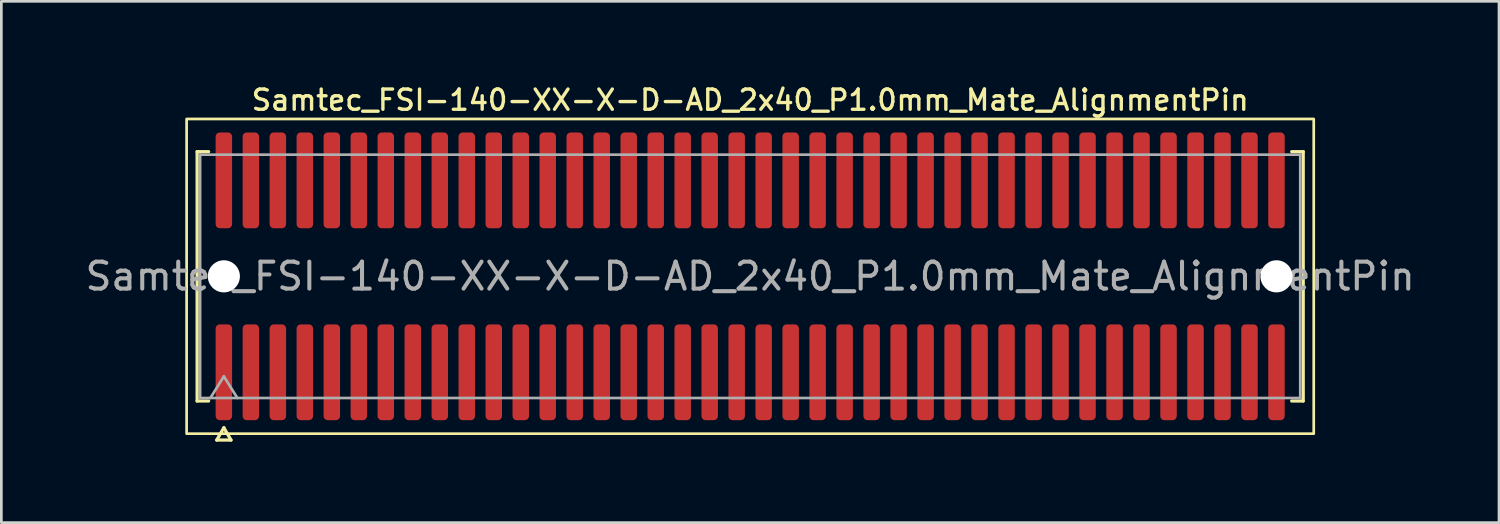
<source format=kicad_pcb>
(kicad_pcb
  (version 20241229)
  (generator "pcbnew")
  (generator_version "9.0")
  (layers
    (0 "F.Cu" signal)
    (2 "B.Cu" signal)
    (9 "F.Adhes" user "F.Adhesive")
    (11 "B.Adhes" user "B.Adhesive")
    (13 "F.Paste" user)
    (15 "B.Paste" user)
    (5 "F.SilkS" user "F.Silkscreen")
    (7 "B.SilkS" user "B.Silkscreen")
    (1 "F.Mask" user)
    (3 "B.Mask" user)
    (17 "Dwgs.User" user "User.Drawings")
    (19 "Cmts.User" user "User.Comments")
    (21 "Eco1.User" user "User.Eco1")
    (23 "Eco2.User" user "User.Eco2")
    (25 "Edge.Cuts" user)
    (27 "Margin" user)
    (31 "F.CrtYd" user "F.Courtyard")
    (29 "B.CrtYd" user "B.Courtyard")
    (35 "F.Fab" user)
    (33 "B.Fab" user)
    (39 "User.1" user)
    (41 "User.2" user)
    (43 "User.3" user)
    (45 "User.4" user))
  (footprint "Samtec_FSI-140-XX-X-D-AD_2x40_P1.0mm_Mate_AlignmentPin"
    (layer "F.Cu")
    (at 24.744 7.188)
    (property "Reference" "Samtec_FSI-140-XX-X-D-AD_2x40_P1.0mm_Mate_AlignmentPin" (at 0 -6.53 0) (layer "F.SilkS") (effects (font (size 0.75 0.75) (thickness 0.125))))
    (attr exclude_from_pos_files exclude_from_bom)
    (fp_line (start -20.49 -4.619) (end -20.065 -4.619) (stroke (width 0.12) (type solid)) (layer "F.SilkS"))
    (fp_line (start -20.49 4.619) (end -20.49 -4.619) (stroke (width 0.12) (type solid)) (layer "F.SilkS"))
    (fp_line (start -20.065 4.619) (end -20.49 4.619) (stroke (width 0.12) (type solid)) (layer "F.SilkS"))
    (fp_line (start -19.764 6.066) (end -19.5 5.609) (stroke (width 0.12) (type solid)) (layer "F.SilkS"))
    (fp_line (start -19.5 5.609) (end -19.236 6.066) (stroke (width 0.12) (type solid)) (layer "F.SilkS"))
    (fp_line (start -19.236 6.066) (end -19.764 6.066) (stroke (width 0.12) (type solid)) (layer "F.SilkS"))
    (fp_line (start 20.065 -4.619) (end 20.49 -4.619) (stroke (width 0.12) (type solid)) (layer "F.SilkS"))
    (fp_line (start 20.49 -4.619) (end 20.49 4.619) (stroke (width 0.12) (type solid)) (layer "F.SilkS"))
    (fp_line (start 20.49 4.619) (end 20.065 4.619) (stroke (width 0.12) (type solid)) (layer "F.SilkS"))
    (fp_rect (start -20.88 -5.83) (end 20.88 5.83) (stroke (width 0.1) (type solid)) (fill no) (layer "F.SilkS"))
    (fp_line (start -20.38 -4.508) (end 20.38 -4.508) (stroke (width 0.1) (type solid)) (layer "F.Fab"))
    (fp_line (start -20.38 4.508) (end -20.38 -4.508) (stroke (width 0.1) (type solid)) (layer "F.Fab"))
    (fp_line (start -20 4.508) (end -19.5 3.708) (stroke (width 0.1) (type solid)) (layer "F.Fab"))
    (fp_line (start -19.5 3.708) (end -19 4.508) (stroke (width 0.1) (type solid)) (layer "F.Fab"))
    (fp_line (start 20.38 -4.508) (end 20.38 4.508) (stroke (width 0.1) (type solid)) (layer "F.Fab"))
    (fp_line (start 20.38 4.508) (end -20.38 4.508) (stroke (width 0.1) (type solid)) (layer "F.Fab"))
    (fp_text user "${REFERENCE}" (at 0 0 0) (layer "F.Fab") (effects (font (size 1 1) (thickness 0.15))))
    (pad "" np_thru_hole circle (at -19.5 0) (size 1.19 1.19) (drill 1.19) (layers "*.Cu" "*.Mask"))
    (pad "" np_thru_hole circle (at 19.5 0) (size 1.19 1.19) (drill 1.19) (layers "*.Cu" "*.Mask"))
    (pad "1" smd roundrect (at -19.5 3.555) (size 0.61 3.55) (layers "F.Cu" "F.Mask") (roundrect_rratio 0.25))
    (pad "2" smd roundrect (at -19.5 -3.555) (size 0.61 3.55) (layers "F.Cu" "F.Mask") (roundrect_rratio 0.25))
    (pad "3" smd roundrect (at -18.5 3.555) (size 0.61 3.55) (layers "F.Cu" "F.Mask") (roundrect_rratio 0.25))
    (pad "4" smd roundrect (at -18.5 -3.555) (size 0.61 3.55) (layers "F.Cu" "F.Mask") (roundrect_rratio 0.25))
    (pad "5" smd roundrect (at -17.5 3.555) (size 0.61 3.55) (layers "F.Cu" "F.Mask") (roundrect_rratio 0.25))
    (pad "6" smd roundrect (at -17.5 -3.555) (size 0.61 3.55) (layers "F.Cu" "F.Mask") (roundrect_rratio 0.25))
    (pad "7" smd roundrect (at -16.5 3.555) (size 0.61 3.55) (layers "F.Cu" "F.Mask") (roundrect_rratio 0.25))
    (pad "8" smd roundrect (at -16.5 -3.555) (size 0.61 3.55) (layers "F.Cu" "F.Mask") (roundrect_rratio 0.25))
    (pad "9" smd roundrect (at -15.5 3.555) (size 0.61 3.55) (layers "F.Cu" "F.Mask") (roundrect_rratio 0.25))
    (pad "10" smd roundrect (at -15.5 -3.555) (size 0.61 3.55) (layers "F.Cu" "F.Mask") (roundrect_rratio 0.25))
    (pad "11" smd roundrect (at -14.5 3.555) (size 0.61 3.55) (layers "F.Cu" "F.Mask") (roundrect_rratio 0.25))
    (pad "12" smd roundrect (at -14.5 -3.555) (size 0.61 3.55) (layers "F.Cu" "F.Mask") (roundrect_rratio 0.25))
    (pad "13" smd roundrect (at -13.5 3.555) (size 0.61 3.55) (layers "F.Cu" "F.Mask") (roundrect_rratio 0.25))
    (pad "14" smd roundrect (at -13.5 -3.555) (size 0.61 3.55) (layers "F.Cu" "F.Mask") (roundrect_rratio 0.25))
    (pad "15" smd roundrect (at -12.5 3.555) (size 0.61 3.55) (layers "F.Cu" "F.Mask") (roundrect_rratio 0.25))
    (pad "16" smd roundrect (at -12.5 -3.555) (size 0.61 3.55) (layers "F.Cu" "F.Mask") (roundrect_rratio 0.25))
    (pad "17" smd roundrect (at -11.5 3.555) (size 0.61 3.55) (layers "F.Cu" "F.Mask") (roundrect_rratio 0.25))
    (pad "18" smd roundrect (at -11.5 -3.555) (size 0.61 3.55) (layers "F.Cu" "F.Mask") (roundrect_rratio 0.25))
    (pad "19" smd roundrect (at -10.5 3.555) (size 0.61 3.55) (layers "F.Cu" "F.Mask") (roundrect_rratio 0.25))
    (pad "20" smd roundrect (at -10.5 -3.555) (size 0.61 3.55) (layers "F.Cu" "F.Mask") (roundrect_rratio 0.25))
    (pad "21" smd roundrect (at -9.5 3.555) (size 0.61 3.55) (layers "F.Cu" "F.Mask") (roundrect_rratio 0.25))
    (pad "22" smd roundrect (at -9.5 -3.555) (size 0.61 3.55) (layers "F.Cu" "F.Mask") (roundrect_rratio 0.25))
    (pad "23" smd roundrect (at -8.5 3.555) (size 0.61 3.55) (layers "F.Cu" "F.Mask") (roundrect_rratio 0.25))
    (pad "24" smd roundrect (at -8.5 -3.555) (size 0.61 3.55) (layers "F.Cu" "F.Mask") (roundrect_rratio 0.25))
    (pad "25" smd roundrect (at -7.5 3.555) (size 0.61 3.55) (layers "F.Cu" "F.Mask") (roundrect_rratio 0.25))
    (pad "26" smd roundrect (at -7.5 -3.555) (size 0.61 3.55) (layers "F.Cu" "F.Mask") (roundrect_rratio 0.25))
    (pad "27" smd roundrect (at -6.5 3.555) (size 0.61 3.55) (layers "F.Cu" "F.Mask") (roundrect_rratio 0.25))
    (pad "28" smd roundrect (at -6.5 -3.555) (size 0.61 3.55) (layers "F.Cu" "F.Mask") (roundrect_rratio 0.25))
    (pad "29" smd roundrect (at -5.5 3.555) (size 0.61 3.55) (layers "F.Cu" "F.Mask") (roundrect_rratio 0.25))
    (pad "30" smd roundrect (at -5.5 -3.555) (size 0.61 3.55) (layers "F.Cu" "F.Mask") (roundrect_rratio 0.25))
    (pad "31" smd roundrect (at -4.5 3.555) (size 0.61 3.55) (layers "F.Cu" "F.Mask") (roundrect_rratio 0.25))
    (pad "32" smd roundrect (at -4.5 -3.555) (size 0.61 3.55) (layers "F.Cu" "F.Mask") (roundrect_rratio 0.25))
    (pad "33" smd roundrect (at -3.5 3.555) (size 0.61 3.55) (layers "F.Cu" "F.Mask") (roundrect_rratio 0.25))
    (pad "34" smd roundrect (at -3.5 -3.555) (size 0.61 3.55) (layers "F.Cu" "F.Mask") (roundrect_rratio 0.25))
    (pad "35" smd roundrect (at -2.5 3.555) (size 0.61 3.55) (layers "F.Cu" "F.Mask") (roundrect_rratio 0.25))
    (pad "36" smd roundrect (at -2.5 -3.555) (size 0.61 3.55) (layers "F.Cu" "F.Mask") (roundrect_rratio 0.25))
    (pad "37" smd roundrect (at -1.5 3.555) (size 0.61 3.55) (layers "F.Cu" "F.Mask") (roundrect_rratio 0.25))
    (pad "38" smd roundrect (at -1.5 -3.555) (size 0.61 3.55) (layers "F.Cu" "F.Mask") (roundrect_rratio 0.25))
    (pad "39" smd roundrect (at -0.5 3.555) (size 0.61 3.55) (layers "F.Cu" "F.Mask") (roundrect_rratio 0.25))
    (pad "40" smd roundrect (at -0.5 -3.555) (size 0.61 3.55) (layers "F.Cu" "F.Mask") (roundrect_rratio 0.25))
    (pad "41" smd roundrect (at 0.5 3.555) (size 0.61 3.55) (layers "F.Cu" "F.Mask") (roundrect_rratio 0.25))
    (pad "42" smd roundrect (at 0.5 -3.555) (size 0.61 3.55) (layers "F.Cu" "F.Mask") (roundrect_rratio 0.25))
    (pad "43" smd roundrect (at 1.5 3.555) (size 0.61 3.55) (layers "F.Cu" "F.Mask") (roundrect_rratio 0.25))
    (pad "44" smd roundrect (at 1.5 -3.555) (size 0.61 3.55) (layers "F.Cu" "F.Mask") (roundrect_rratio 0.25))
    (pad "45" smd roundrect (at 2.5 3.555) (size 0.61 3.55) (layers "F.Cu" "F.Mask") (roundrect_rratio 0.25))
    (pad "46" smd roundrect (at 2.5 -3.555) (size 0.61 3.55) (layers "F.Cu" "F.Mask") (roundrect_rratio 0.25))
    (pad "47" smd roundrect (at 3.5 3.555) (size 0.61 3.55) (layers "F.Cu" "F.Mask") (roundrect_rratio 0.25))
    (pad "48" smd roundrect (at 3.5 -3.555) (size 0.61 3.55) (layers "F.Cu" "F.Mask") (roundrect_rratio 0.25))
    (pad "49" smd roundrect (at 4.5 3.555) (size 0.61 3.55) (layers "F.Cu" "F.Mask") (roundrect_rratio 0.25))
    (pad "50" smd roundrect (at 4.5 -3.555) (size 0.61 3.55) (layers "F.Cu" "F.Mask") (roundrect_rratio 0.25))
    (pad "51" smd roundrect (at 5.5 3.555) (size 0.61 3.55) (layers "F.Cu" "F.Mask") (roundrect_rratio 0.25))
    (pad "52" smd roundrect (at 5.5 -3.555) (size 0.61 3.55) (layers "F.Cu" "F.Mask") (roundrect_rratio 0.25))
    (pad "53" smd roundrect (at 6.5 3.555) (size 0.61 3.55) (layers "F.Cu" "F.Mask") (roundrect_rratio 0.25))
    (pad "54" smd roundrect (at 6.5 -3.555) (size 0.61 3.55) (layers "F.Cu" "F.Mask") (roundrect_rratio 0.25))
    (pad "55" smd roundrect (at 7.5 3.555) (size 0.61 3.55) (layers "F.Cu" "F.Mask") (roundrect_rratio 0.25))
    (pad "56" smd roundrect (at 7.5 -3.555) (size 0.61 3.55) (layers "F.Cu" "F.Mask") (roundrect_rratio 0.25))
    (pad "57" smd roundrect (at 8.5 3.555) (size 0.61 3.55) (layers "F.Cu" "F.Mask") (roundrect_rratio 0.25))
    (pad "58" smd roundrect (at 8.5 -3.555) (size 0.61 3.55) (layers "F.Cu" "F.Mask") (roundrect_rratio 0.25))
    (pad "59" smd roundrect (at 9.5 3.555) (size 0.61 3.55) (layers "F.Cu" "F.Mask") (roundrect_rratio 0.25))
    (pad "60" smd roundrect (at 9.5 -3.555) (size 0.61 3.55) (layers "F.Cu" "F.Mask") (roundrect_rratio 0.25))
    (pad "61" smd roundrect (at 10.5 3.555) (size 0.61 3.55) (layers "F.Cu" "F.Mask") (roundrect_rratio 0.25))
    (pad "62" smd roundrect (at 10.5 -3.555) (size 0.61 3.55) (layers "F.Cu" "F.Mask") (roundrect_rratio 0.25))
    (pad "63" smd roundrect (at 11.5 3.555) (size 0.61 3.55) (layers "F.Cu" "F.Mask") (roundrect_rratio 0.25))
    (pad "64" smd roundrect (at 11.5 -3.555) (size 0.61 3.55) (layers "F.Cu" "F.Mask") (roundrect_rratio 0.25))
    (pad "65" smd roundrect (at 12.5 3.555) (size 0.61 3.55) (layers "F.Cu" "F.Mask") (roundrect_rratio 0.25))
    (pad "66" smd roundrect (at 12.5 -3.555) (size 0.61 3.55) (layers "F.Cu" "F.Mask") (roundrect_rratio 0.25))
    (pad "67" smd roundrect (at 13.5 3.555) (size 0.61 3.55) (layers "F.Cu" "F.Mask") (roundrect_rratio 0.25))
    (pad "68" smd roundrect (at 13.5 -3.555) (size 0.61 3.55) (layers "F.Cu" "F.Mask") (roundrect_rratio 0.25))
    (pad "69" smd roundrect (at 14.5 3.555) (size 0.61 3.55) (layers "F.Cu" "F.Mask") (roundrect_rratio 0.25))
    (pad "70" smd roundrect (at 14.5 -3.555) (size 0.61 3.55) (layers "F.Cu" "F.Mask") (roundrect_rratio 0.25))
    (pad "71" smd roundrect (at 15.5 3.555) (size 0.61 3.55) (layers "F.Cu" "F.Mask") (roundrect_rratio 0.25))
    (pad "72" smd roundrect (at 15.5 -3.555) (size 0.61 3.55) (layers "F.Cu" "F.Mask") (roundrect_rratio 0.25))
    (pad "73" smd roundrect (at 16.5 3.555) (size 0.61 3.55) (layers "F.Cu" "F.Mask") (roundrect_rratio 0.25))
    (pad "74" smd roundrect (at 16.5 -3.555) (size 0.61 3.55) (layers "F.Cu" "F.Mask") (roundrect_rratio 0.25))
    (pad "75" smd roundrect (at 17.5 3.555) (size 0.61 3.55) (layers "F.Cu" "F.Mask") (roundrect_rratio 0.25))
    (pad "76" smd roundrect (at 17.5 -3.555) (size 0.61 3.55) (layers "F.Cu" "F.Mask") (roundrect_rratio 0.25))
    (pad "77" smd roundrect (at 18.5 3.555) (size 0.61 3.55) (layers "F.Cu" "F.Mask") (roundrect_rratio 0.25))
    (pad "78" smd roundrect (at 18.5 -3.555) (size 0.61 3.55) (layers "F.Cu" "F.Mask") (roundrect_rratio 0.25))
    (pad "79" smd roundrect (at 19.5 3.555) (size 0.61 3.55) (layers "F.Cu" "F.Mask") (roundrect_rratio 0.25))
    (pad "80" smd roundrect (at 19.5 -3.555) (size 0.61 3.55) (layers "F.Cu" "F.Mask") (roundrect_rratio 0.25)))
  (gr_rect
    (start -3 -3)
    (end 52.488 16.314)
    (stroke (width 0.1) (type default))
    (fill no)
    (layer "Edge.Cuts")))
</source>
